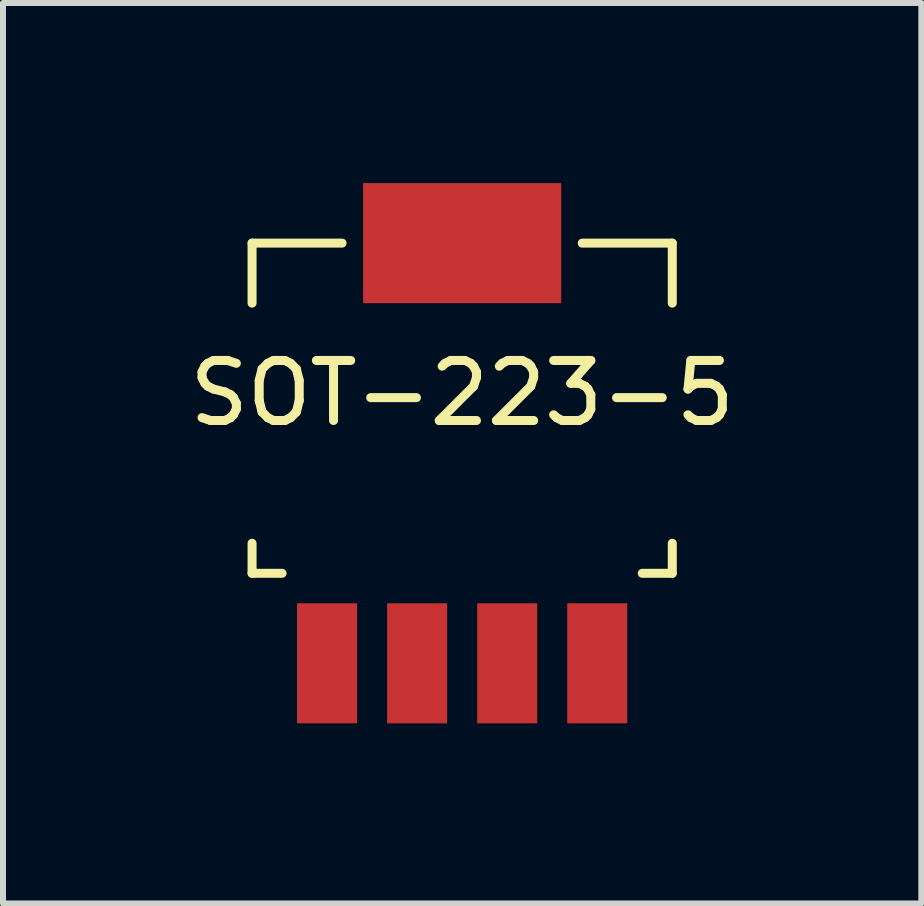
<source format=kicad_pcb>
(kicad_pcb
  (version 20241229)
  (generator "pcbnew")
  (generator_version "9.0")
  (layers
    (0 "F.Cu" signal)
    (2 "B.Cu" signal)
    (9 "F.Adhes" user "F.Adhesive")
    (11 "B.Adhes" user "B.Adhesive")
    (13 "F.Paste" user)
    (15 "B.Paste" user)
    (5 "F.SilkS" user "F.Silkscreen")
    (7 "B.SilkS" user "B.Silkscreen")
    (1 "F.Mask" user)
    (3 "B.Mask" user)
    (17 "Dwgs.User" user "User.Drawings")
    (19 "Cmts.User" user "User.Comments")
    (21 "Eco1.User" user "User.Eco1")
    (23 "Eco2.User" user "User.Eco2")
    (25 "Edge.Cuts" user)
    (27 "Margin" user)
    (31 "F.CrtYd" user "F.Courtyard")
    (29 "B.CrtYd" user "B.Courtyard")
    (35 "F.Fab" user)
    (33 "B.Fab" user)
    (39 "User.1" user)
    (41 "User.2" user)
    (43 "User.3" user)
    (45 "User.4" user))
  (footprint "SOT-223-5"
    (layer "F.Cu")
    (at 4.649 5)
    (property "Reference" "SOT-223-5" (at 0 -1.5 0) (layer "F.SilkS") (effects (font (size 1 1) (thickness 0.15))))
    (attr smd)
    (fp_line (start -3.5 -4) (end -2 -4) (stroke (width 0.15) (type solid)) (layer "F.SilkS"))
    (fp_line (start -3.5 -3) (end -3.5 -4) (stroke (width 0.15) (type solid)) (layer "F.SilkS"))
    (fp_line (start -3.5 1) (end -3.5 1.5) (stroke (width 0.15) (type solid)) (layer "F.SilkS"))
    (fp_line (start -3.5 1.5) (end -3 1.5) (stroke (width 0.15) (type solid)) (layer "F.SilkS"))
    (fp_line (start 2 -4) (end 3.5 -4) (stroke (width 0.15) (type solid)) (layer "F.SilkS"))
    (fp_line (start 3 1.5) (end 3.5 1.5) (stroke (width 0.15) (type solid)) (layer "F.SilkS"))
    (fp_line (start 3.5 -4) (end 3.5 -3) (stroke (width 0.15) (type solid)) (layer "F.SilkS"))
    (fp_line (start 3.5 1.5) (end 3.5 1) (stroke (width 0.15) (type solid)) (layer "F.SilkS"))
    (pad "1" smd rect (at -2.25 3) (size 1 2) (layers "F.Cu" "F.Mask" "F.Paste"))
    (pad "2" smd rect (at -0.75 3) (size 1 2) (layers "F.Cu" "F.Mask" "F.Paste"))
    (pad "3" smd rect (at 0.75 3) (size 1 2) (layers "F.Cu" "F.Mask" "F.Paste"))
    (pad "4" smd rect (at 2.25 3) (size 1 2) (layers "F.Cu" "F.Mask" "F.Paste"))
    (pad "5" smd rect (at 0 -4) (size 3.3 2) (layers "F.Cu" "F.Mask" "F.Paste")))
  (gr_rect
    (start -3 -3)
    (end 12.298 12)
    (stroke (width 0.1) (type default))
    (fill no)
    (layer "Edge.Cuts")))
</source>
